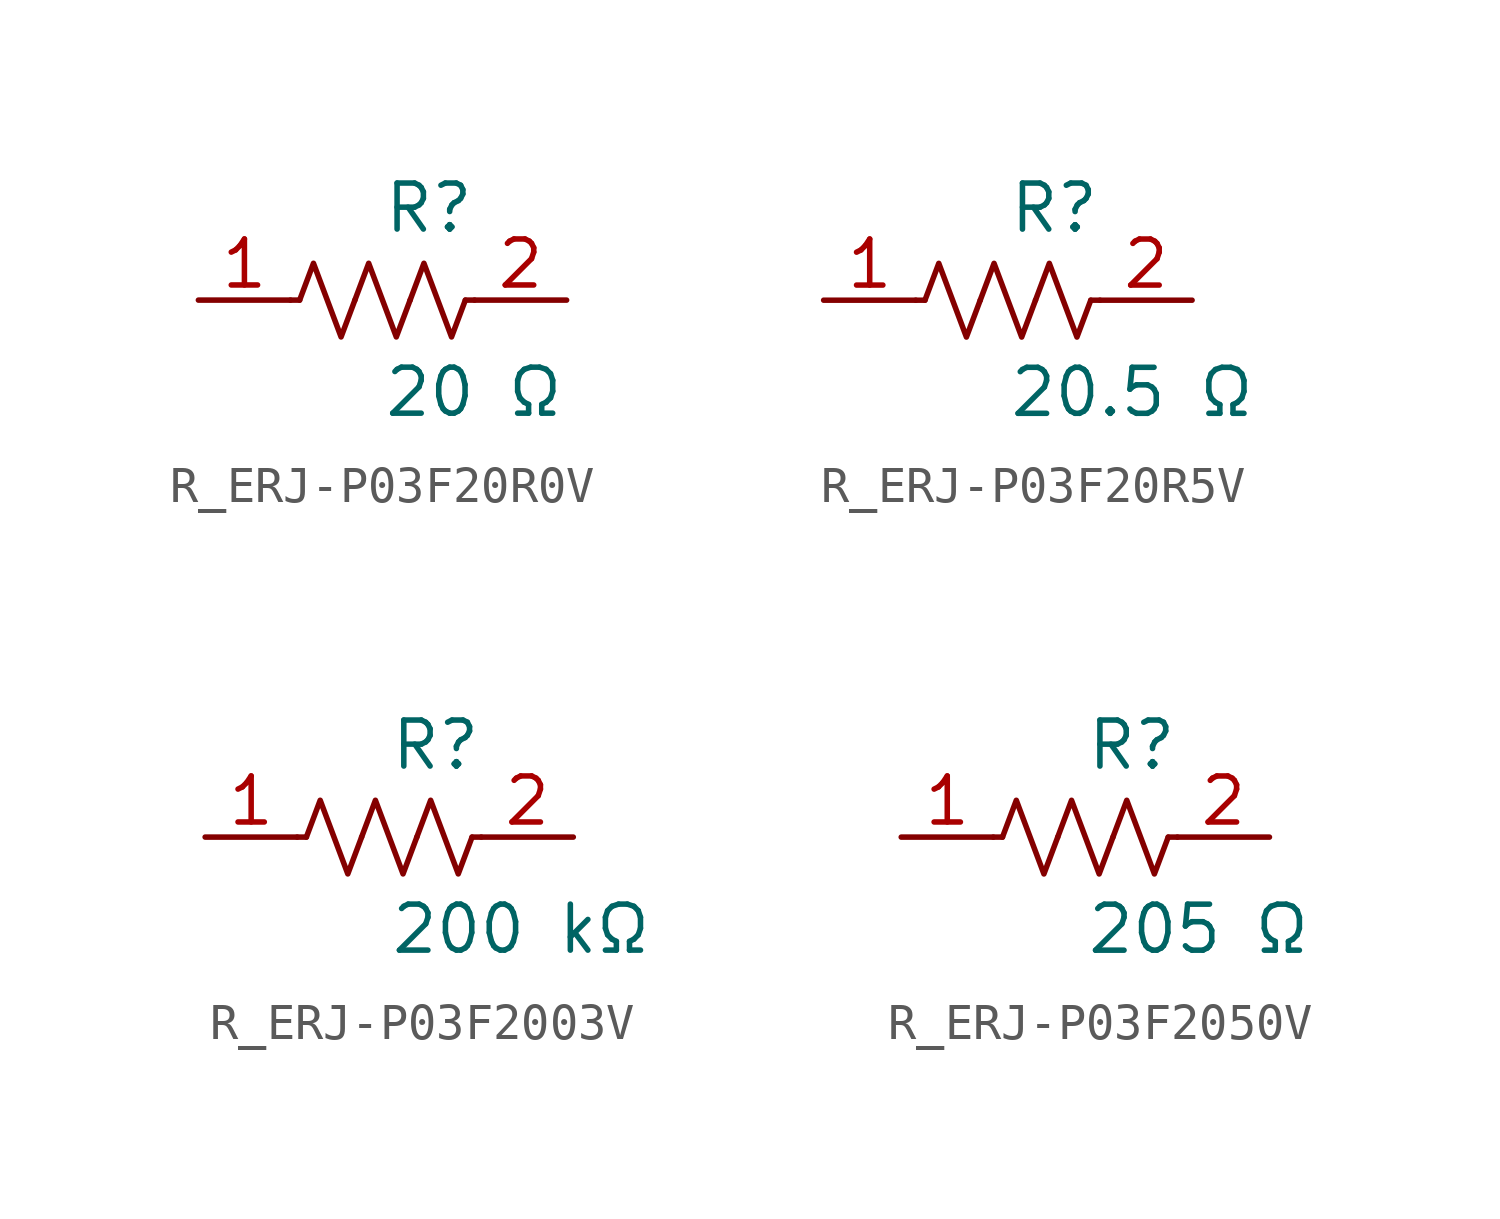
<source format=kicad_sym>
(kicad_symbol_lib
  (version 20231120)
  (generator kicad_symbol_editor)
  (generator_version 8.0)
  (symbol "R_ERJ-P03F20R0V"
    (pin_names
      (offset 0.254))
    (property "Reference" "R"
      (at 0.0 2.54 0)
      (effects (font (size 1.27 1.27)) (justify left)))
    (property "Value" "20 Ω"
      (at 0.0 -2.54 0)
      (effects (font (size 1.27 1.27)) (justify left)))
    (symbol "R_ERJ-P03F20R0V_0_1"
      (polyline (pts (xy 2.286 0) (xy 2.54 0)) (stroke (width 0) (type default)) (fill (type none)))
      (polyline (pts (xy -2.286 0) (xy -2.54 0)) (stroke (width 0) (type default)) (fill (type none)))
      (polyline (pts (xy 0.762 0) (xy 1.143 1.016) (xy 1.524 0) (xy 1.905 -1.016) (xy 2.286 0)) (stroke (width 0) (type default)) (fill (type none)))
      (polyline (pts (xy -0.762 0) (xy -0.381 1.016) (xy 0 0) (xy 0.381 -1.016) (xy 0.762 0)) (stroke (width 0) (type default)) (fill (type none)))
      (polyline (pts (xy -2.286 0) (xy -1.905 1.016) (xy -1.524 0) (xy -1.143 -1.016) (xy -0.762 0)) (stroke (width 0) (type default)) (fill (type none))))
    (pin unspecified line
      (at -5.08 0 0)
      (length 2.54)
      (name "" (effects (font (size 1.27 1.27))))
      (number "1" (effects (font (size 1.27 1.27)))))
    (pin unspecified line
      (at 5.08 0 180)
      (length 2.54)
      (name "" (effects (font (size 1.27 1.27))))
      (number "2" (effects (font (size 1.27 1.27))))))
  (symbol "R_ERJ-P03F20R5V"
    (pin_names
      (offset 0.254))
    (property "Reference" "R"
      (at 0.0 2.54 0)
      (effects (font (size 1.27 1.27)) (justify left)))
    (property "Value" "20.5 Ω"
      (at 0.0 -2.54 0)
      (effects (font (size 1.27 1.27)) (justify left)))
    (symbol "R_ERJ-P03F20R5V_0_1"
      (polyline (pts (xy 2.286 0) (xy 2.54 0)) (stroke (width 0) (type default)) (fill (type none)))
      (polyline (pts (xy -2.286 0) (xy -2.54 0)) (stroke (width 0) (type default)) (fill (type none)))
      (polyline (pts (xy 0.762 0) (xy 1.143 1.016) (xy 1.524 0) (xy 1.905 -1.016) (xy 2.286 0)) (stroke (width 0) (type default)) (fill (type none)))
      (polyline (pts (xy -0.762 0) (xy -0.381 1.016) (xy 0 0) (xy 0.381 -1.016) (xy 0.762 0)) (stroke (width 0) (type default)) (fill (type none)))
      (polyline (pts (xy -2.286 0) (xy -1.905 1.016) (xy -1.524 0) (xy -1.143 -1.016) (xy -0.762 0)) (stroke (width 0) (type default)) (fill (type none))))
    (pin unspecified line
      (at -5.08 0 0)
      (length 2.54)
      (name "" (effects (font (size 1.27 1.27))))
      (number "1" (effects (font (size 1.27 1.27)))))
    (pin unspecified line
      (at 5.08 0 180)
      (length 2.54)
      (name "" (effects (font (size 1.27 1.27))))
      (number "2" (effects (font (size 1.27 1.27))))))
  (symbol "R_ERJ-P03F2003V"
    (pin_names
      (offset 0.254))
    (property "Reference" "R"
      (at 0.0 2.54 0)
      (effects (font (size 1.27 1.27)) (justify left)))
    (property "Value" "200 kΩ"
      (at 0.0 -2.54 0)
      (effects (font (size 1.27 1.27)) (justify left)))
    (symbol "R_ERJ-P03F2003V_0_1"
      (polyline (pts (xy 2.286 0) (xy 2.54 0)) (stroke (width 0) (type default)) (fill (type none)))
      (polyline (pts (xy -2.286 0) (xy -2.54 0)) (stroke (width 0) (type default)) (fill (type none)))
      (polyline (pts (xy 0.762 0) (xy 1.143 1.016) (xy 1.524 0) (xy 1.905 -1.016) (xy 2.286 0)) (stroke (width 0) (type default)) (fill (type none)))
      (polyline (pts (xy -0.762 0) (xy -0.381 1.016) (xy 0 0) (xy 0.381 -1.016) (xy 0.762 0)) (stroke (width 0) (type default)) (fill (type none)))
      (polyline (pts (xy -2.286 0) (xy -1.905 1.016) (xy -1.524 0) (xy -1.143 -1.016) (xy -0.762 0)) (stroke (width 0) (type default)) (fill (type none))))
    (pin unspecified line
      (at -5.08 0 0)
      (length 2.54)
      (name "" (effects (font (size 1.27 1.27))))
      (number "1" (effects (font (size 1.27 1.27)))))
    (pin unspecified line
      (at 5.08 0 180)
      (length 2.54)
      (name "" (effects (font (size 1.27 1.27))))
      (number "2" (effects (font (size 1.27 1.27))))))
  (symbol "R_ERJ-P03F2050V"
    (pin_names
      (offset 0.254))
    (property "Reference" "R"
      (at 0.0 2.54 0)
      (effects (font (size 1.27 1.27)) (justify left)))
    (property "Value" "205 Ω"
      (at 0.0 -2.54 0)
      (effects (font (size 1.27 1.27)) (justify left)))
    (symbol "R_ERJ-P03F2050V_0_1"
      (polyline (pts (xy 2.286 0) (xy 2.54 0)) (stroke (width 0) (type default)) (fill (type none)))
      (polyline (pts (xy -2.286 0) (xy -2.54 0)) (stroke (width 0) (type default)) (fill (type none)))
      (polyline (pts (xy 0.762 0) (xy 1.143 1.016) (xy 1.524 0) (xy 1.905 -1.016) (xy 2.286 0)) (stroke (width 0) (type default)) (fill (type none)))
      (polyline (pts (xy -0.762 0) (xy -0.381 1.016) (xy 0 0) (xy 0.381 -1.016) (xy 0.762 0)) (stroke (width 0) (type default)) (fill (type none)))
      (polyline (pts (xy -2.286 0) (xy -1.905 1.016) (xy -1.524 0) (xy -1.143 -1.016) (xy -0.762 0)) (stroke (width 0) (type default)) (fill (type none))))
    (pin unspecified line
      (at -5.08 0 0)
      (length 2.54)
      (name "" (effects (font (size 1.27 1.27))))
      (number "1" (effects (font (size 1.27 1.27)))))
    (pin unspecified line
      (at 5.08 0 180)
      (length 2.54)
      (name "" (effects (font (size 1.27 1.27))))
      (number "2" (effects (font (size 1.27 1.27)))))))
</source>
